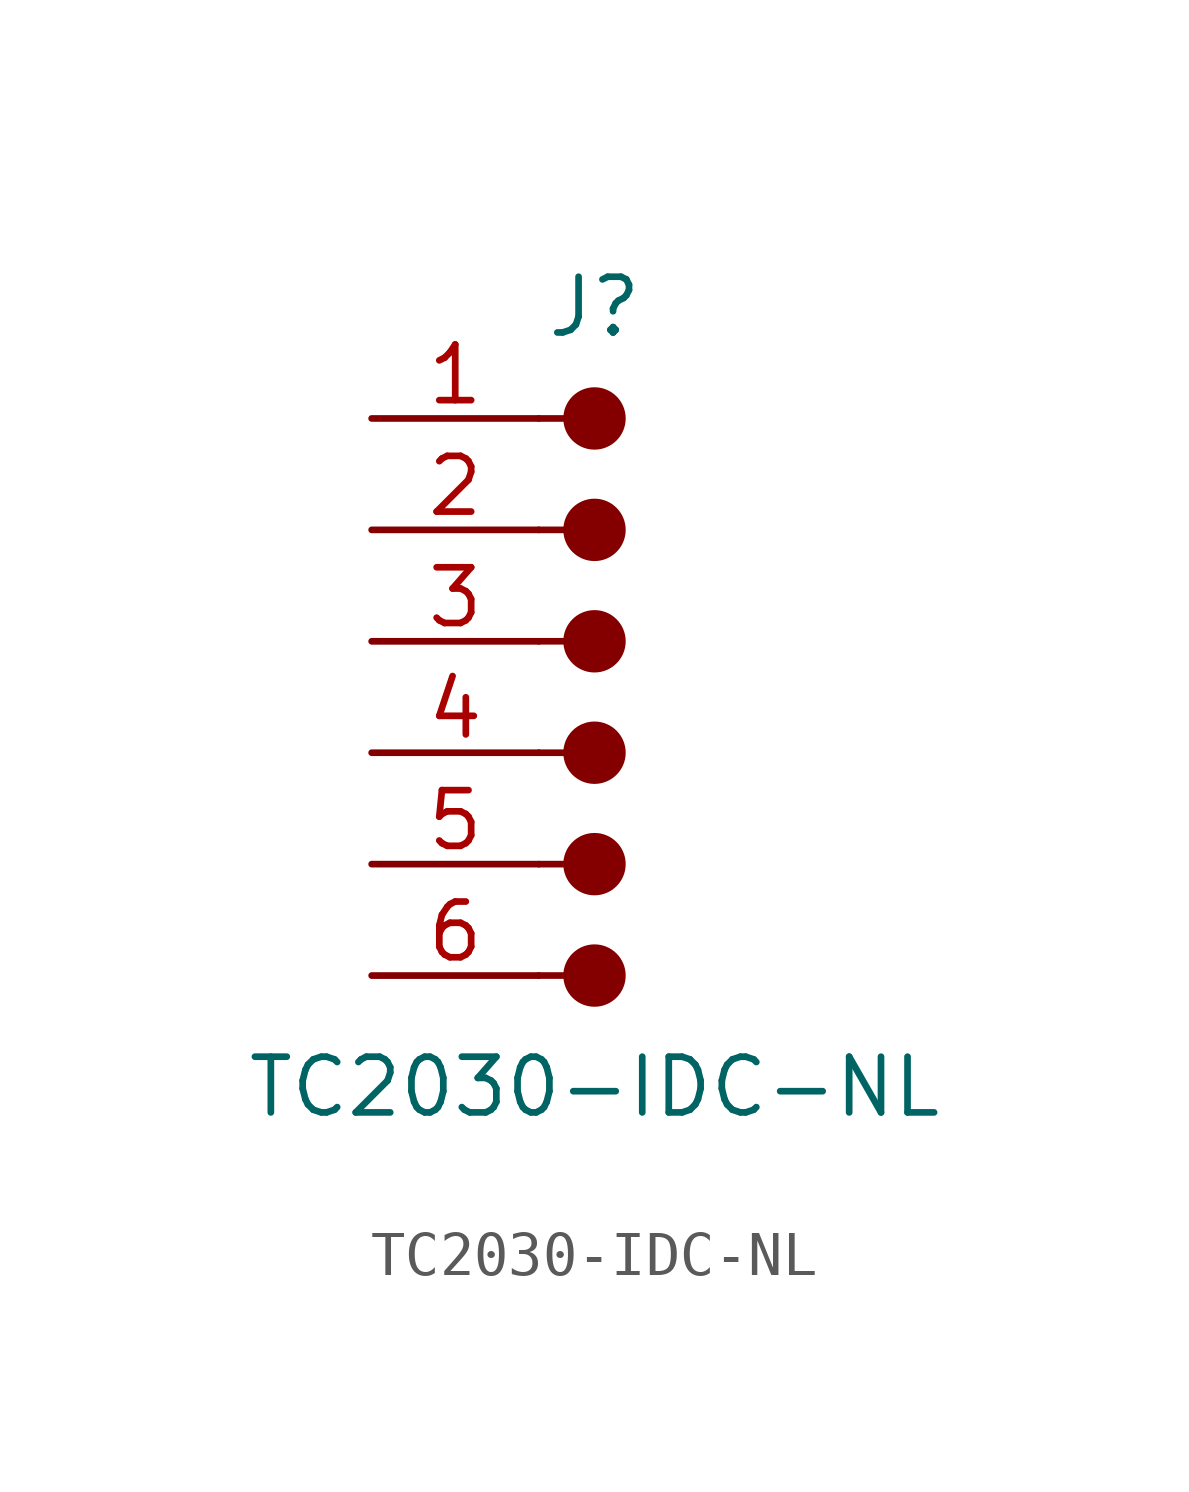
<source format=kicad_sym>
(kicad_symbol_lib
  (version 20211014)
  (generator kicad_symbol_editor)
  (symbol "TC2030-IDC-NL"
    (pin_names
      (offset 1.016) hide)
    (property "Reference" "J"
      (at 0 7.62 0)
      (effects (font (size 1.27 1.27))))
    (property "Value" "TC2030-IDC-NL"
      (at 0 -10.16 0)
      (effects (font (size 1.27 1.27))))
    (symbol "TC2030-IDC-NL_0_1"
      (circle (center 0 -7.62) (radius 0.635) (stroke (width 0) (type default) (color 0 0 0 0)) (fill (type outline)))
      (circle (center 0 -5.08) (radius 0.635) (stroke (width 0) (type default) (color 0 0 0 0)) (fill (type outline)))
      (circle (center 0 -2.54) (radius 0.635) (stroke (width 0) (type default) (color 0 0 0 0)) (fill (type outline)))
      (circle (center 0 0) (radius 0.635) (stroke (width 0) (type default) (color 0 0 0 0)) (fill (type outline)))
      (circle (center 0 2.54) (radius 0.635) (stroke (width 0) (type default) (color 0 0 0 0)) (fill (type outline)))
      (circle (center 0 5.08) (radius 0.635) (stroke (width 0) (type default) (color 0 0 0 0)) (fill (type outline))))
    (symbol "TC2030-IDC-NL_1_1"
      (polyline (pts (xy -1.27 -7.62) (xy -0.508 -7.62)) (stroke (width 0.152) (type default) (color 0 0 0 0)) (fill (type none)))
      (polyline (pts (xy -1.27 -5.08) (xy -0.508 -5.08)) (stroke (width 0.152) (type default) (color 0 0 0 0)) (fill (type none)))
      (polyline (pts (xy -1.27 -2.54) (xy -0.508 -2.54)) (stroke (width 0.152) (type default) (color 0 0 0 0)) (fill (type none)))
      (polyline (pts (xy -1.27 0) (xy -0.508 0)) (stroke (width 0.152) (type default) (color 0 0 0 0)) (fill (type none)))
      (polyline (pts (xy -1.27 2.54) (xy -0.508 2.54)) (stroke (width 0.152) (type default) (color 0 0 0 0)) (fill (type none)))
      (polyline (pts (xy -1.27 5.08) (xy -0.508 5.08)) (stroke (width 0.152) (type default) (color 0 0 0 0)) (fill (type none)))
      (pin passive line (at -5.08 5.08 0) (length 3.81) (name "Pin_1" (effects (font (size 1.27 1.27)))) (number "1" (effects (font (size 1.27 1.27)))))
      (pin passive line (at -5.08 2.54 0) (length 3.81) (name "Pin_2" (effects (font (size 1.27 1.27)))) (number "2" (effects (font (size 1.27 1.27)))))
      (pin passive line (at -5.08 0 0) (length 3.81) (name "Pin_3" (effects (font (size 1.27 1.27)))) (number "3" (effects (font (size 1.27 1.27)))))
      (pin passive line (at -5.08 -2.54 0) (length 3.81) (name "Pin_4" (effects (font (size 1.27 1.27)))) (number "4" (effects (font (size 1.27 1.27)))))
      (pin passive line (at -5.08 -5.08 0) (length 3.81) (name "Pin_5" (effects (font (size 1.27 1.27)))) (number "5" (effects (font (size 1.27 1.27)))))
      (pin passive line (at -5.08 -7.62 0) (length 3.81) (name "Pin_6" (effects (font (size 1.27 1.27)))) (number "6" (effects (font (size 1.27 1.27))))))))
</source>
